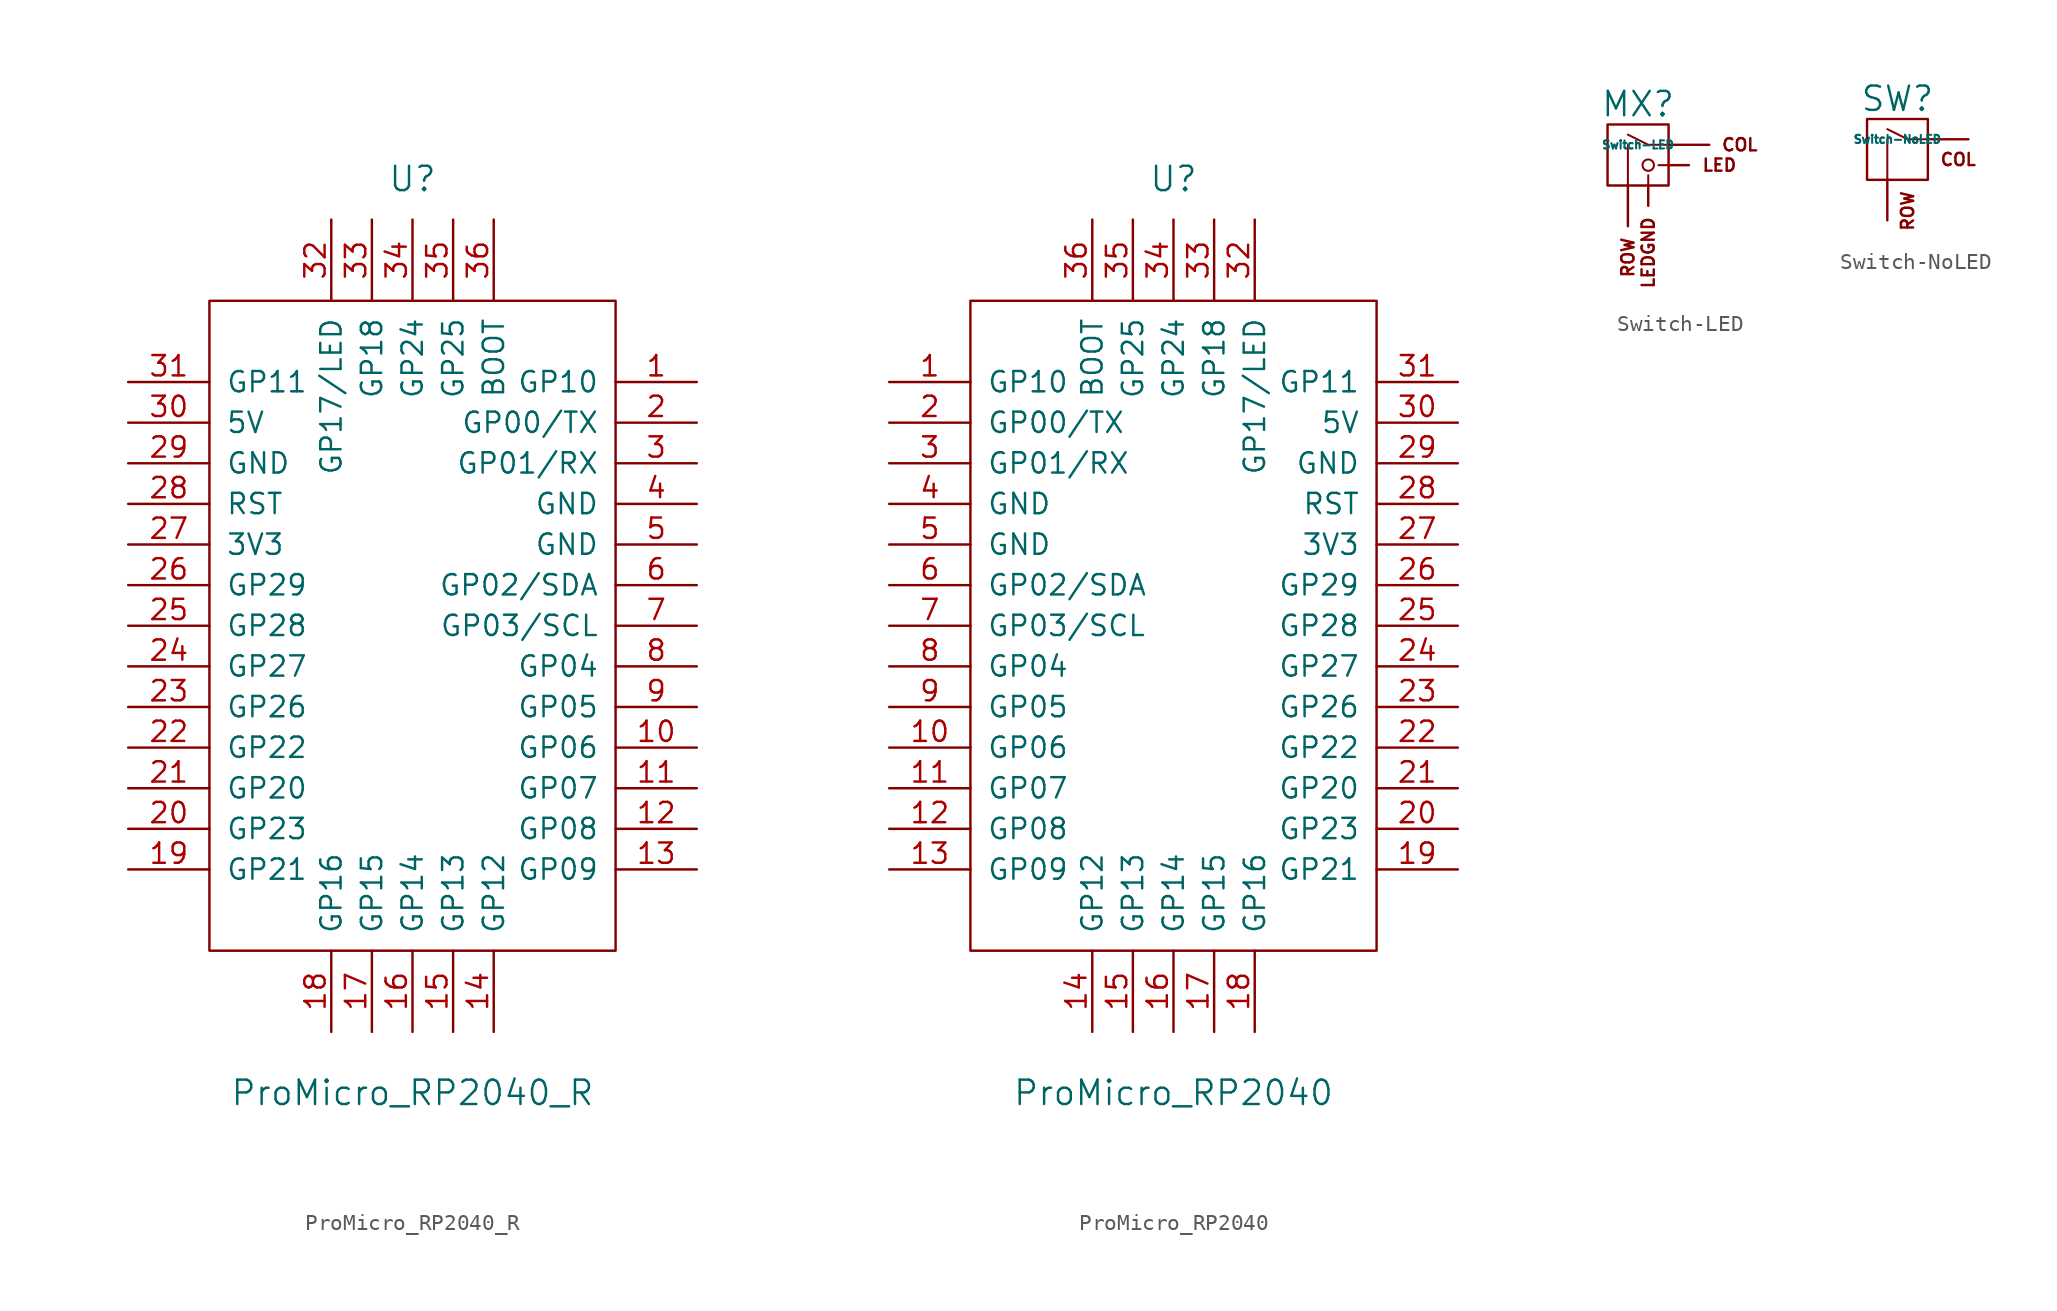
<source format=kicad_sym>
(kicad_symbol_lib
  (version 20220914)
  (generator kicad_symbol_editor)
  (symbol "ProMicro_RP2040_R"
    (pin_names
      (offset 1.016))
    (property "Reference" "U"
      (at 0 27.94 0)
      (effects (font (size 1.524 1.524))))
    (property "Value" "ProMicro_RP2040_R"
      (at 0 -29.21 0)
      (effects (font (size 1.524 1.524))))
    (property "Footprint" ""
      (at -2.54 -25.4 0)
      (effects (font (size 1.524 1.524))))
    (property "Datasheet" ""
      (at -2.54 -25.4 0)
      (effects (font (size 1.524 1.524))))
    (symbol "ProMicro_RP2040_R_0_1"
      (rectangle (start -12.7 -20.32) (end 12.7 20.32) (stroke (width 0) (type solid)) (fill (type none))))
    (symbol "ProMicro_RP2040_R_1_1"
      (pin bidirectional line (at 17.78 15.24 180) (length 5.08) (name "GP10" (effects (font (size 1.27 1.27)))) (number "1" (effects (font (size 1.27 1.27)))))
      (pin bidirectional line (at 17.78 -7.62 180) (length 5.08) (name "GP06" (effects (font (size 1.27 1.27)))) (number "10" (effects (font (size 1.27 1.27)))))
      (pin bidirectional line (at 17.78 -10.16 180) (length 5.08) (name "GP07" (effects (font (size 1.27 1.27)))) (number "11" (effects (font (size 1.27 1.27)))))
      (pin bidirectional line (at 17.78 -12.7 180) (length 5.08) (name "GP08" (effects (font (size 1.27 1.27)))) (number "12" (effects (font (size 1.27 1.27)))))
      (pin bidirectional line (at 17.78 -15.24 180) (length 5.08) (name "GP09" (effects (font (size 1.27 1.27)))) (number "13" (effects (font (size 1.27 1.27)))))
      (pin bidirectional line (at 5.08 -25.4 90) (length 5.08) (name "GP12" (effects (font (size 1.27 1.27)))) (number "14" (effects (font (size 1.27 1.27)))))
      (pin bidirectional line (at 2.54 -25.4 90) (length 5.08) (name "GP13" (effects (font (size 1.27 1.27)))) (number "15" (effects (font (size 1.27 1.27)))))
      (pin bidirectional line (at 0 -25.4 90) (length 5.08) (name "GP14" (effects (font (size 1.27 1.27)))) (number "16" (effects (font (size 1.27 1.27)))))
      (pin bidirectional line (at -2.54 -25.4 90) (length 5.08) (name "GP15" (effects (font (size 1.27 1.27)))) (number "17" (effects (font (size 1.27 1.27)))))
      (pin bidirectional line (at -5.08 -25.4 90) (length 5.08) (name "GP16" (effects (font (size 1.27 1.27)))) (number "18" (effects (font (size 1.27 1.27)))))
      (pin bidirectional line (at -17.78 -15.24 0) (length 5.08) (name "GP21" (effects (font (size 1.27 1.27)))) (number "19" (effects (font (size 1.27 1.27)))))
      (pin bidirectional line (at 17.78 12.7 180) (length 5.08) (name "GP00/TX" (effects (font (size 1.27 1.27)))) (number "2" (effects (font (size 1.27 1.27)))))
      (pin bidirectional line (at -17.78 -12.7 0) (length 5.08) (name "GP23" (effects (font (size 1.27 1.27)))) (number "20" (effects (font (size 1.27 1.27)))))
      (pin bidirectional line (at -17.78 -10.16 0) (length 5.08) (name "GP20" (effects (font (size 1.27 1.27)))) (number "21" (effects (font (size 1.27 1.27)))))
      (pin bidirectional line (at -17.78 -7.62 0) (length 5.08) (name "GP22" (effects (font (size 1.27 1.27)))) (number "22" (effects (font (size 1.27 1.27)))))
      (pin bidirectional line (at -17.78 -5.08 0) (length 5.08) (name "GP26" (effects (font (size 1.27 1.27)))) (number "23" (effects (font (size 1.27 1.27)))))
      (pin bidirectional line (at -17.78 -2.54 0) (length 5.08) (name "GP27" (effects (font (size 1.27 1.27)))) (number "24" (effects (font (size 1.27 1.27)))))
      (pin bidirectional line (at -17.78 0 0) (length 5.08) (name "GP28" (effects (font (size 1.27 1.27)))) (number "25" (effects (font (size 1.27 1.27)))))
      (pin bidirectional line (at -17.78 2.54 0) (length 5.08) (name "GP29" (effects (font (size 1.27 1.27)))) (number "26" (effects (font (size 1.27 1.27)))))
      (pin power_in line (at -17.78 5.08 0) (length 5.08) (name "3V3" (effects (font (size 1.27 1.27)))) (number "27" (effects (font (size 1.27 1.27)))))
      (pin input line (at -17.78 7.62 0) (length 5.08) (name "RST" (effects (font (size 1.27 1.27)))) (number "28" (effects (font (size 1.27 1.27)))))
      (pin power_in line (at -17.78 10.16 0) (length 5.08) (name "GND" (effects (font (size 1.27 1.27)))) (number "29" (effects (font (size 1.27 1.27)))))
      (pin bidirectional line (at 17.78 10.16 180) (length 5.08) (name "GP01/RX" (effects (font (size 1.27 1.27)))) (number "3" (effects (font (size 1.27 1.27)))))
      (pin power_out line (at -17.78 12.7 0) (length 5.08) (name "5V" (effects (font (size 1.27 1.27)))) (number "30" (effects (font (size 1.27 1.27)))))
      (pin power_out line (at -17.78 15.24 0) (length 5.08) (name "GP11" (effects (font (size 1.27 1.27)))) (number "31" (effects (font (size 1.27 1.27)))))
      (pin bidirectional line (at -5.08 25.4 270) (length 5.08) (name "GP17/LED" (effects (font (size 1.27 1.27)))) (number "32" (effects (font (size 1.27 1.27)))))
      (pin bidirectional line (at -2.54 25.4 270) (length 5.08) (name "GP18" (effects (font (size 1.27 1.27)))) (number "33" (effects (font (size 1.27 1.27)))))
      (pin bidirectional line (at 0 25.4 270) (length 5.08) (name "GP24" (effects (font (size 1.27 1.27)))) (number "34" (effects (font (size 1.27 1.27)))))
      (pin bidirectional line (at 2.54 25.4 270) (length 5.08) (name "GP25" (effects (font (size 1.27 1.27)))) (number "35" (effects (font (size 1.27 1.27)))))
      (pin bidirectional line (at 5.08 25.4 270) (length 5.08) (name "BOOT" (effects (font (size 1.27 1.27)))) (number "36" (effects (font (size 1.27 1.27)))))
      (pin power_in line (at 17.78 7.62 180) (length 5.08) (name "GND" (effects (font (size 1.27 1.27)))) (number "4" (effects (font (size 1.27 1.27)))))
      (pin power_in line (at 17.78 5.08 180) (length 5.08) (name "GND" (effects (font (size 1.27 1.27)))) (number "5" (effects (font (size 1.27 1.27)))))
      (pin bidirectional line (at 17.78 2.54 180) (length 5.08) (name "GP02/SDA" (effects (font (size 1.27 1.27)))) (number "6" (effects (font (size 1.27 1.27)))))
      (pin bidirectional line (at 17.78 0 180) (length 5.08) (name "GP03/SCL" (effects (font (size 1.27 1.27)))) (number "7" (effects (font (size 1.27 1.27)))))
      (pin bidirectional line (at 17.78 -2.54 180) (length 5.08) (name "GP04" (effects (font (size 1.27 1.27)))) (number "8" (effects (font (size 1.27 1.27)))))
      (pin bidirectional line (at 17.78 -5.08 180) (length 5.08) (name "GP05" (effects (font (size 1.27 1.27)))) (number "9" (effects (font (size 1.27 1.27)))))))
  (symbol "ProMicro_RP2040"
    (pin_names
      (offset 1.016))
    (property "Reference" "U"
      (at 0 27.94 0)
      (effects (font (size 1.524 1.524))))
    (property "Value" "ProMicro_RP2040"
      (at 0 -29.21 0)
      (effects (font (size 1.524 1.524))))
    (property "Footprint" ""
      (at 2.54 -25.4 0)
      (effects (font (size 1.524 1.524))))
    (property "Datasheet" ""
      (at 2.54 -25.4 0)
      (effects (font (size 1.524 1.524))))
    (symbol "ProMicro_RP2040_0_1"
      (rectangle (start -12.7 20.32) (end 12.7 -20.32) (stroke (width 0) (type solid)) (fill (type none))))
    (symbol "ProMicro_RP2040_1_1"
      (pin bidirectional line (at -17.78 15.24 0) (length 5.08) (name "GP10" (effects (font (size 1.27 1.27)))) (number "1" (effects (font (size 1.27 1.27)))))
      (pin bidirectional line (at -17.78 -7.62 0) (length 5.08) (name "GP06" (effects (font (size 1.27 1.27)))) (number "10" (effects (font (size 1.27 1.27)))))
      (pin bidirectional line (at -17.78 -10.16 0) (length 5.08) (name "GP07" (effects (font (size 1.27 1.27)))) (number "11" (effects (font (size 1.27 1.27)))))
      (pin bidirectional line (at -17.78 -12.7 0) (length 5.08) (name "GP08" (effects (font (size 1.27 1.27)))) (number "12" (effects (font (size 1.27 1.27)))))
      (pin bidirectional line (at -17.78 -15.24 0) (length 5.08) (name "GP09" (effects (font (size 1.27 1.27)))) (number "13" (effects (font (size 1.27 1.27)))))
      (pin bidirectional line (at -5.08 -25.4 90) (length 5.08) (name "GP12" (effects (font (size 1.27 1.27)))) (number "14" (effects (font (size 1.27 1.27)))))
      (pin bidirectional line (at -2.54 -25.4 90) (length 5.08) (name "GP13" (effects (font (size 1.27 1.27)))) (number "15" (effects (font (size 1.27 1.27)))))
      (pin bidirectional line (at 0 -25.4 90) (length 5.08) (name "GP14" (effects (font (size 1.27 1.27)))) (number "16" (effects (font (size 1.27 1.27)))))
      (pin bidirectional line (at 2.54 -25.4 90) (length 5.08) (name "GP15" (effects (font (size 1.27 1.27)))) (number "17" (effects (font (size 1.27 1.27)))))
      (pin bidirectional line (at 5.08 -25.4 90) (length 5.08) (name "GP16" (effects (font (size 1.27 1.27)))) (number "18" (effects (font (size 1.27 1.27)))))
      (pin bidirectional line (at 17.78 -15.24 180) (length 5.08) (name "GP21" (effects (font (size 1.27 1.27)))) (number "19" (effects (font (size 1.27 1.27)))))
      (pin bidirectional line (at -17.78 12.7 0) (length 5.08) (name "GP00/TX" (effects (font (size 1.27 1.27)))) (number "2" (effects (font (size 1.27 1.27)))))
      (pin bidirectional line (at 17.78 -12.7 180) (length 5.08) (name "GP23" (effects (font (size 1.27 1.27)))) (number "20" (effects (font (size 1.27 1.27)))))
      (pin bidirectional line (at 17.78 -10.16 180) (length 5.08) (name "GP20" (effects (font (size 1.27 1.27)))) (number "21" (effects (font (size 1.27 1.27)))))
      (pin bidirectional line (at 17.78 -7.62 180) (length 5.08) (name "GP22" (effects (font (size 1.27 1.27)))) (number "22" (effects (font (size 1.27 1.27)))))
      (pin bidirectional line (at 17.78 -5.08 180) (length 5.08) (name "GP26" (effects (font (size 1.27 1.27)))) (number "23" (effects (font (size 1.27 1.27)))))
      (pin bidirectional line (at 17.78 -2.54 180) (length 5.08) (name "GP27" (effects (font (size 1.27 1.27)))) (number "24" (effects (font (size 1.27 1.27)))))
      (pin bidirectional line (at 17.78 0 180) (length 5.08) (name "GP28" (effects (font (size 1.27 1.27)))) (number "25" (effects (font (size 1.27 1.27)))))
      (pin bidirectional line (at 17.78 2.54 180) (length 5.08) (name "GP29" (effects (font (size 1.27 1.27)))) (number "26" (effects (font (size 1.27 1.27)))))
      (pin power_in line (at 17.78 5.08 180) (length 5.08) (name "3V3" (effects (font (size 1.27 1.27)))) (number "27" (effects (font (size 1.27 1.27)))))
      (pin input line (at 17.78 7.62 180) (length 5.08) (name "RST" (effects (font (size 1.27 1.27)))) (number "28" (effects (font (size 1.27 1.27)))))
      (pin power_in line (at 17.78 10.16 180) (length 5.08) (name "GND" (effects (font (size 1.27 1.27)))) (number "29" (effects (font (size 1.27 1.27)))))
      (pin bidirectional line (at -17.78 10.16 0) (length 5.08) (name "GP01/RX" (effects (font (size 1.27 1.27)))) (number "3" (effects (font (size 1.27 1.27)))))
      (pin power_out line (at 17.78 12.7 180) (length 5.08) (name "5V" (effects (font (size 1.27 1.27)))) (number "30" (effects (font (size 1.27 1.27)))))
      (pin power_out line (at 17.78 15.24 180) (length 5.08) (name "GP11" (effects (font (size 1.27 1.27)))) (number "31" (effects (font (size 1.27 1.27)))))
      (pin bidirectional line (at 5.08 25.4 270) (length 5.08) (name "GP17/LED" (effects (font (size 1.27 1.27)))) (number "32" (effects (font (size 1.27 1.27)))))
      (pin bidirectional line (at 2.54 25.4 270) (length 5.08) (name "GP18" (effects (font (size 1.27 1.27)))) (number "33" (effects (font (size 1.27 1.27)))))
      (pin bidirectional line (at 0 25.4 270) (length 5.08) (name "GP24" (effects (font (size 1.27 1.27)))) (number "34" (effects (font (size 1.27 1.27)))))
      (pin bidirectional line (at -2.54 25.4 270) (length 5.08) (name "GP25" (effects (font (size 1.27 1.27)))) (number "35" (effects (font (size 1.27 1.27)))))
      (pin bidirectional line (at -5.08 25.4 270) (length 5.08) (name "BOOT" (effects (font (size 1.27 1.27)))) (number "36" (effects (font (size 1.27 1.27)))))
      (pin power_in line (at -17.78 7.62 0) (length 5.08) (name "GND" (effects (font (size 1.27 1.27)))) (number "4" (effects (font (size 1.27 1.27)))))
      (pin power_in line (at -17.78 5.08 0) (length 5.08) (name "GND" (effects (font (size 1.27 1.27)))) (number "5" (effects (font (size 1.27 1.27)))))
      (pin bidirectional line (at -17.78 2.54 0) (length 5.08) (name "GP02/SDA" (effects (font (size 1.27 1.27)))) (number "6" (effects (font (size 1.27 1.27)))))
      (pin bidirectional line (at -17.78 0 0) (length 5.08) (name "GP03/SCL" (effects (font (size 1.27 1.27)))) (number "7" (effects (font (size 1.27 1.27)))))
      (pin bidirectional line (at -17.78 -2.54 0) (length 5.08) (name "GP04" (effects (font (size 1.27 1.27)))) (number "8" (effects (font (size 1.27 1.27)))))
      (pin bidirectional line (at -17.78 -5.08 0) (length 5.08) (name "GP05" (effects (font (size 1.27 1.27)))) (number "9" (effects (font (size 1.27 1.27)))))))
  (symbol "Switch-LED"
    (pin_names
      (offset 1.016))
    (property "Reference" "MX"
      (at -0.635 3.81 0)
      (effects (font (size 1.524 1.524))))
    (property "Value" "Switch-LED"
      (at -0.635 1.27 0)
      (effects (font (size 0.508 0.508))))
    (symbol "Switch-LED_0_0"
      (rectangle (start -2.54 2.54) (end 1.27 -1.27) (stroke (width 0) (type solid)) (fill (type none)))
      (polyline (pts (xy -1.27 -1.27) (xy -1.27 1.27)) (stroke (width 0.127) (type solid)) (fill (type none)))
      (polyline (pts (xy 0 -1.27) (xy 0 -0.635)) (stroke (width 0.127) (type solid)) (fill (type none)))
      (polyline (pts (xy 1.27 0) (xy 0.635 0)) (stroke (width 0.127) (type solid)) (fill (type none)))
      (polyline (pts (xy 1.27 1.27) (xy 0 1.27) (xy -1.27 1.905)) (stroke (width 0.127) (type solid)) (fill (type none)))
      (circle (center 0 0) (radius 0.356) (stroke (width 0.127) (type solid)) (fill (type none)))
      (text "COL" (at 5.715 1.27 0) (effects (font (size 0.762 0.762))))
      (text "LED" (at 4.445 0 0) (effects (font (size 0.762 0.762))))
      (text "ROW" (at -1.27 -4.445 900) (effects (font (size 0.762 0.762)) (justify right))))
    (symbol "Switch-LED_1_0"
      (text "LEDGND" (at 0 -3.175 900) (effects (font (size 0.762 0.762)) (justify right))))
    (symbol "Switch-LED_1_1"
      (pin passive line (at 3.81 1.27 180) (length 2.54) (name "COL" (effects (font (size 0 0)))) (number "1" (effects (font (size 0 0)))))
      (pin passive line (at -1.27 -3.81 90) (length 2.54) (name "ROW" (effects (font (size 0 0)))) (number "2" (effects (font (size 0 0)))))
      (pin input line (at 2.54 0 180) (length 1.27) (name "LED" (effects (font (size 0 0)))) (number "3" (effects (font (size 0 0)))))
      (pin passive line (at 0 -2.54 90) (length 1.27) (name "LEDGND" (effects (font (size 0 0)))) (number "4" (effects (font (size 0 0)))))))
  (symbol "Switch-NoLED"
    (pin_names
      (offset 1.016))
    (property "Reference" "SW"
      (at -0.635 3.81 0)
      (effects (font (size 1.524 1.524))))
    (property "Value" "Switch-NoLED"
      (at -0.635 1.27 0)
      (effects (font (size 0.508 0.508))))
    (symbol "Switch-NoLED_0_0"
      (rectangle (start -2.54 2.54) (end 1.27 -1.27) (stroke (width 0) (type solid)) (fill (type none)))
      (polyline (pts (xy -1.27 -1.27) (xy -1.27 1.27)) (stroke (width 0.127) (type solid)) (fill (type none)))
      (polyline (pts (xy 1.27 1.27) (xy 0 1.27) (xy -1.27 1.905)) (stroke (width 0.127) (type solid)) (fill (type none)))
      (text "COL" (at 3.175 0 0) (effects (font (size 0.762 0.762))))
      (text "ROW" (at 0 -1.905 900) (effects (font (size 0.762 0.762)) (justify right))))
    (symbol "Switch-NoLED_1_1"
      (pin passive line (at 3.81 1.27 180) (length 2.54) (name "COL" (effects (font (size 0 0)))) (number "1" (effects (font (size 0 0)))))
      (pin passive line (at -1.27 -3.81 90) (length 2.54) (name "ROW" (effects (font (size 0 0)))) (number "2" (effects (font (size 0 0))))))))
</source>
